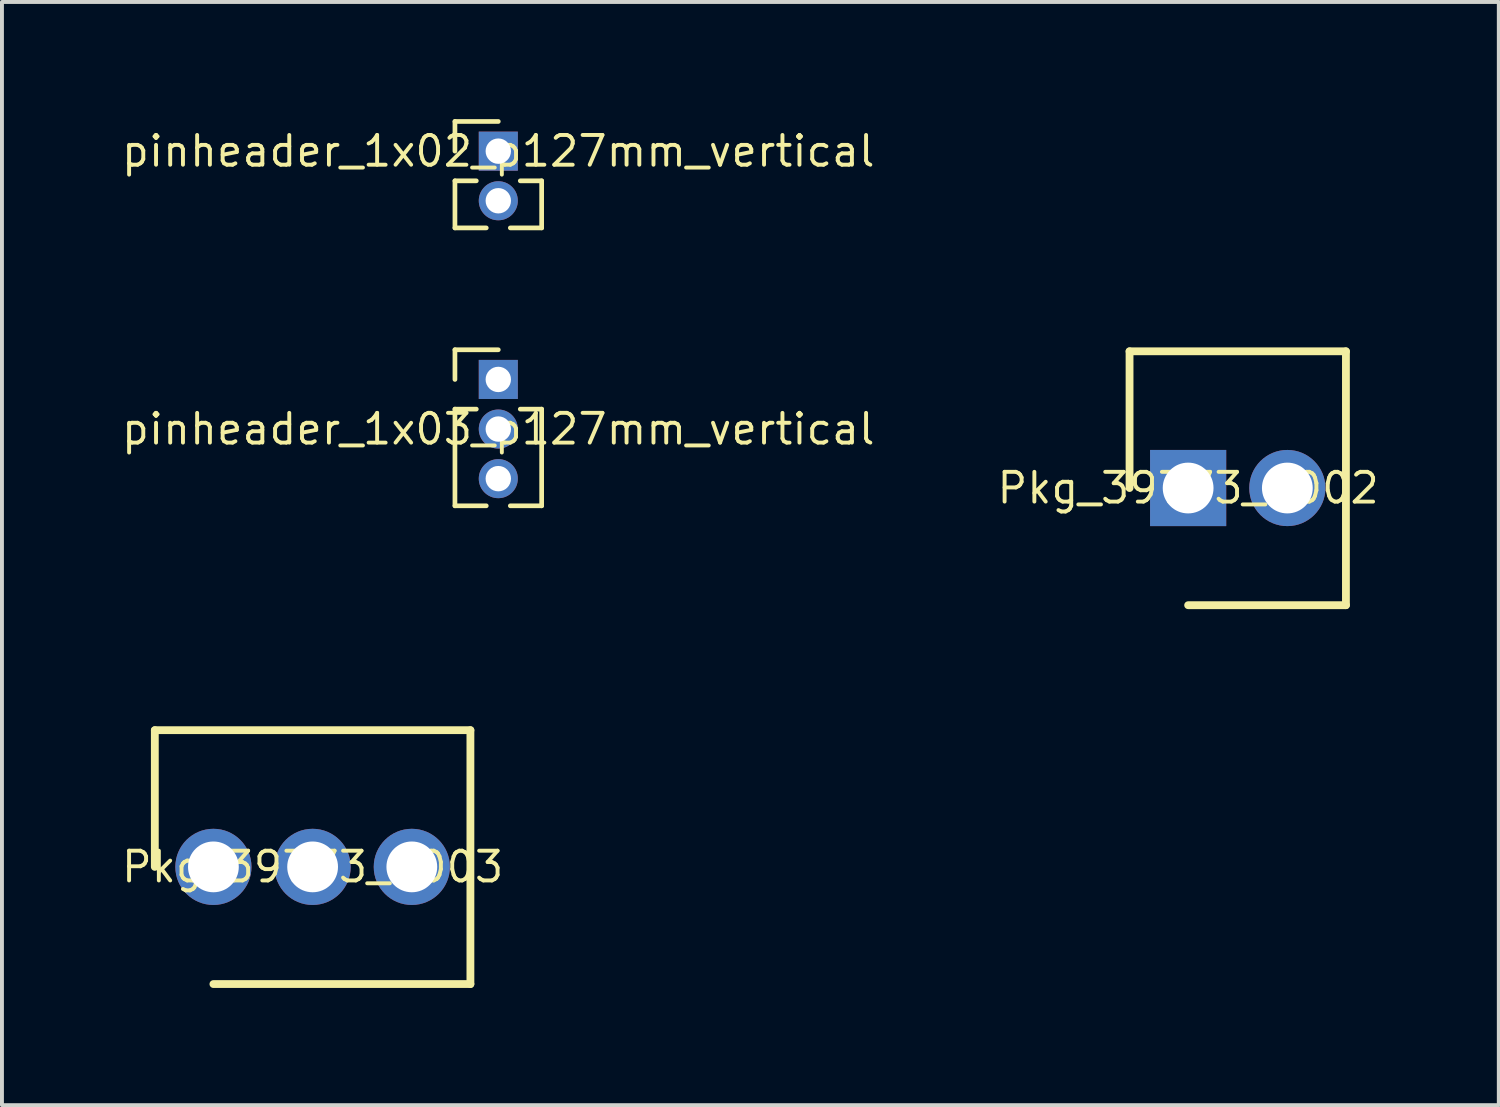
<source format=kicad_pcb>
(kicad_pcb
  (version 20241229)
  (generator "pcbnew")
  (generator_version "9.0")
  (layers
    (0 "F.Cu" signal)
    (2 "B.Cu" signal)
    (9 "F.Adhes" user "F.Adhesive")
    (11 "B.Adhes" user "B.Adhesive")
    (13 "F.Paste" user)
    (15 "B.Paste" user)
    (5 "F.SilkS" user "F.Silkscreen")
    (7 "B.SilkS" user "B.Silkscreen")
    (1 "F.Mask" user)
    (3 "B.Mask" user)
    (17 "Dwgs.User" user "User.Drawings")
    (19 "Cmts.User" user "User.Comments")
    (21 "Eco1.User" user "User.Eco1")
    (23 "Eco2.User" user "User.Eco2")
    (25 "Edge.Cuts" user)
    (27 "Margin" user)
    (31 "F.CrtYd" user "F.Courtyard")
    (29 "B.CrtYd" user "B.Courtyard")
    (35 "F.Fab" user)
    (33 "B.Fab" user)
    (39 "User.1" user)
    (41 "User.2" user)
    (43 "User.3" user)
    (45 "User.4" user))
  (footprint "pinheader_1x03_p127mm_vertical"
    (layer "F.Cu")
    (at 9.708 7.935)
    (property "Reference" "pinheader_1x03_p127mm_vertical" (at 0 0 0) (layer "F.SilkS") (effects (font (size 0.762 0.762) (thickness 0.1))))
    (attr through_hole)
    (fp_poly (pts (xy -0.65 -0.62) (xy 0.65 -0.62) (xy 0.65 -1.92) (xy -0.65 -1.92)) (stroke (width 0) (type solid)) (fill yes) (layer "F.Mask"))
    (fp_poly (pts (xy 0.65 0) (xy 0.638 -0.127) (xy 0.601 -0.249) (xy 0.54 -0.361) (xy 0.46 -0.46) (xy 0.361 -0.54) (xy 0.249 -0.601) (xy 0.127 -0.638) (xy 0 -0.65) (xy -0.127 -0.638) (xy -0.249 -0.601) (xy -0.361 -0.54) (xy -0.46 -0.46) (xy -0.54 -0.361) (xy -0.601 -0.249) (xy -0.638 -0.127) (xy -0.65 0) (xy -0.638 0.127) (xy -0.601 0.249) (xy -0.54 0.361) (xy -0.46 0.46) (xy -0.361 0.54) (xy -0.249 0.601) (xy -0.127 0.638) (xy 0 0.65) (xy 0.127 0.638) (xy 0.249 0.601) (xy 0.361 0.54) (xy 0.46 0.46) (xy 0.54 0.361) (xy 0.601 0.249) (xy 0.638 0.127) (xy 0.65 0)) (stroke (width 0) (type solid)) (fill yes) (layer "F.Mask"))
    (fp_poly (pts (xy 0.65 1.27) (xy 0.638 1.143) (xy 0.601 1.021) (xy 0.54 0.909) (xy 0.46 0.81) (xy 0.361 0.73) (xy 0.249 0.669) (xy 0.127 0.632) (xy 0 0.62) (xy -0.127 0.632) (xy -0.249 0.669) (xy -0.361 0.73) (xy -0.46 0.81) (xy -0.54 0.909) (xy -0.601 1.021) (xy -0.638 1.143) (xy -0.65 1.27) (xy -0.638 1.397) (xy -0.601 1.519) (xy -0.54 1.631) (xy -0.46 1.73) (xy -0.361 1.81) (xy -0.249 1.871) (xy -0.127 1.908) (xy 0 1.92) (xy 0.127 1.908) (xy 0.249 1.871) (xy 0.361 1.81) (xy 0.46 1.73) (xy 0.54 1.631) (xy 0.601 1.519) (xy 0.638 1.397) (xy 0.65 1.27)) (stroke (width 0) (type solid)) (fill yes) (layer "F.Mask"))
    (fp_poly (pts (xy -0.65 -0.62) (xy 0.65 -0.62) (xy 0.65 -1.92) (xy -0.65 -1.92)) (stroke (width 0) (type solid)) (fill yes) (layer "B.Mask"))
    (fp_poly (pts (xy 0.65 0) (xy 0.638 -0.127) (xy 0.601 -0.249) (xy 0.54 -0.361) (xy 0.46 -0.46) (xy 0.361 -0.54) (xy 0.249 -0.601) (xy 0.127 -0.638) (xy 0 -0.65) (xy -0.127 -0.638) (xy -0.249 -0.601) (xy -0.361 -0.54) (xy -0.46 -0.46) (xy -0.54 -0.361) (xy -0.601 -0.249) (xy -0.638 -0.127) (xy -0.65 0) (xy -0.638 0.127) (xy -0.601 0.249) (xy -0.54 0.361) (xy -0.46 0.46) (xy -0.361 0.54) (xy -0.249 0.601) (xy -0.127 0.638) (xy 0 0.65) (xy 0.127 0.638) (xy 0.249 0.601) (xy 0.361 0.54) (xy 0.46 0.46) (xy 0.54 0.361) (xy 0.601 0.249) (xy 0.638 0.127) (xy 0.65 0)) (stroke (width 0) (type solid)) (fill yes) (layer "B.Mask"))
    (fp_poly (pts (xy 0.65 1.27) (xy 0.638 1.143) (xy 0.601 1.021) (xy 0.54 0.909) (xy 0.46 0.81) (xy 0.361 0.73) (xy 0.249 0.669) (xy 0.127 0.632) (xy 0 0.62) (xy -0.127 0.632) (xy -0.249 0.669) (xy -0.361 0.73) (xy -0.46 0.81) (xy -0.54 0.909) (xy -0.601 1.021) (xy -0.638 1.143) (xy -0.65 1.27) (xy -0.638 1.397) (xy -0.601 1.519) (xy -0.54 1.631) (xy -0.46 1.73) (xy -0.361 1.81) (xy -0.249 1.871) (xy -0.127 1.908) (xy 0 1.92) (xy 0.127 1.908) (xy 0.249 1.871) (xy 0.361 1.81) (xy 0.46 1.73) (xy 0.54 1.631) (xy 0.601 1.519) (xy 0.638 1.397) (xy 0.65 1.27)) (stroke (width 0) (type solid)) (fill yes) (layer "B.Mask"))
    (fp_line (start -1.11 -2.03) (end 0 -2.03) (stroke (width 0.12) (type solid)) (layer "F.SilkS"))
    (fp_line (start -1.11 -1.27) (end -1.11 -2.03) (stroke (width 0.12) (type solid)) (layer "F.SilkS"))
    (fp_line (start -1.11 -0.51) (end -1.11 1.965) (stroke (width 0.12) (type solid)) (layer "F.SilkS"))
    (fp_line (start -1.11 -0.51) (end -0.563 -0.51) (stroke (width 0.12) (type solid)) (layer "F.SilkS"))
    (fp_line (start -1.11 1.965) (end -0.308 1.965) (stroke (width 0.12) (type solid)) (layer "F.SilkS"))
    (fp_line (start 0.308 1.965) (end 1.11 1.965) (stroke (width 0.12) (type solid)) (layer "F.SilkS"))
    (fp_line (start 0.563 -0.51) (end 1.11 -0.51) (stroke (width 0.12) (type solid)) (layer "F.SilkS"))
    (fp_line (start 1.11 -0.51) (end 1.11 1.965) (stroke (width 0.12) (type solid)) (layer "F.SilkS"))
    (pad "1" thru_hole rect (at 0 -1.27) (size 1 1) (drill 0.65) (layers "*.Cu"))
    (pad "2" thru_hole oval (at 0 0) (size 1 1) (drill 0.65) (layers "*.Cu"))
    (pad "3" thru_hole oval (at 0 1.27) (size 1 1) (drill 0.65) (layers "*.Cu")))
  (footprint "Pkg_39773_0003"
    (layer "F.Cu")
    (at 4.954 19.145)
    (property "Reference" "Pkg_39773_0003" (at 0 0 0) (layer "F.SilkS") (effects (font (size 0.762 0.762) (thickness 0.1))))
    (attr through_hole)
    (fp_poly (pts (xy -1.415 0) (xy -1.437 -0.219) (xy -1.501 -0.431) (xy -1.605 -0.625) (xy -1.745 -0.795) (xy -1.915 -0.935) (xy -2.109 -1.039) (xy -2.321 -1.103) (xy -2.54 -1.125) (xy -2.759 -1.103) (xy -2.971 -1.039) (xy -3.165 -0.935) (xy -3.335 -0.795) (xy -3.475 -0.625) (xy -3.579 -0.431) (xy -3.643 -0.219) (xy -3.665 0) (xy -3.643 0.219) (xy -3.579 0.431) (xy -3.475 0.625) (xy -3.335 0.795) (xy -3.165 0.935) (xy -2.971 1.039) (xy -2.759 1.103) (xy -2.54 1.125) (xy -2.321 1.103) (xy -2.109 1.039) (xy -1.915 0.935) (xy -1.745 0.795) (xy -1.605 0.625) (xy -1.501 0.431) (xy -1.437 0.219)) (stroke (width 0) (type solid)) (fill yes) (layer "F.Mask"))
    (fp_poly (pts (xy 1.125 0) (xy 1.103 -0.219) (xy 1.039 -0.431) (xy 0.935 -0.625) (xy 0.795 -0.795) (xy 0.625 -0.935) (xy 0.431 -1.039) (xy 0.219 -1.103) (xy 0 -1.125) (xy -0.219 -1.103) (xy -0.431 -1.039) (xy -0.625 -0.935) (xy -0.795 -0.795) (xy -0.935 -0.625) (xy -1.039 -0.431) (xy -1.103 -0.219) (xy -1.125 0) (xy -1.103 0.219) (xy -1.039 0.431) (xy -0.935 0.625) (xy -0.795 0.795) (xy -0.625 0.935) (xy -0.431 1.039) (xy -0.219 1.103) (xy 0 1.125) (xy 0.219 1.103) (xy 0.431 1.039) (xy 0.625 0.935) (xy 0.795 0.795) (xy 0.935 0.625) (xy 1.039 0.431) (xy 1.103 0.219)) (stroke (width 0) (type solid)) (fill yes) (layer "F.Mask"))
    (fp_poly (pts (xy 3.665 0) (xy 3.643 -0.219) (xy 3.579 -0.431) (xy 3.475 -0.625) (xy 3.335 -0.795) (xy 3.165 -0.935) (xy 2.971 -1.039) (xy 2.759 -1.103) (xy 2.54 -1.125) (xy 2.321 -1.103) (xy 2.109 -1.039) (xy 1.915 -0.935) (xy 1.745 -0.795) (xy 1.605 -0.625) (xy 1.501 -0.431) (xy 1.437 -0.219) (xy 1.415 0) (xy 1.437 0.219) (xy 1.501 0.431) (xy 1.605 0.625) (xy 1.745 0.795) (xy 1.915 0.935) (xy 2.109 1.039) (xy 2.321 1.103) (xy 2.54 1.125) (xy 2.759 1.103) (xy 2.971 1.039) (xy 3.165 0.935) (xy 3.335 0.795) (xy 3.475 0.625) (xy 3.579 0.431) (xy 3.643 0.219)) (stroke (width 0) (type solid)) (fill yes) (layer "F.Mask"))
    (fp_poly (pts (xy -1.415 0) (xy -1.437 -0.219) (xy -1.501 -0.431) (xy -1.605 -0.625) (xy -1.745 -0.795) (xy -1.915 -0.935) (xy -2.109 -1.039) (xy -2.321 -1.103) (xy -2.54 -1.125) (xy -2.759 -1.103) (xy -2.971 -1.039) (xy -3.165 -0.935) (xy -3.335 -0.795) (xy -3.475 -0.625) (xy -3.579 -0.431) (xy -3.643 -0.219) (xy -3.665 0) (xy -3.643 0.219) (xy -3.579 0.431) (xy -3.475 0.625) (xy -3.335 0.795) (xy -3.165 0.935) (xy -2.971 1.039) (xy -2.759 1.103) (xy -2.54 1.125) (xy -2.321 1.103) (xy -2.109 1.039) (xy -1.915 0.935) (xy -1.745 0.795) (xy -1.605 0.625) (xy -1.501 0.431) (xy -1.437 0.219)) (stroke (width 0) (type solid)) (fill yes) (layer "B.Mask"))
    (fp_poly (pts (xy 1.125 0) (xy 1.103 -0.219) (xy 1.039 -0.431) (xy 0.935 -0.625) (xy 0.795 -0.795) (xy 0.625 -0.935) (xy 0.431 -1.039) (xy 0.219 -1.103) (xy 0 -1.125) (xy -0.219 -1.103) (xy -0.431 -1.039) (xy -0.625 -0.935) (xy -0.795 -0.795) (xy -0.935 -0.625) (xy -1.039 -0.431) (xy -1.103 -0.219) (xy -1.125 0) (xy -1.103 0.219) (xy -1.039 0.431) (xy -0.935 0.625) (xy -0.795 0.795) (xy -0.625 0.935) (xy -0.431 1.039) (xy -0.219 1.103) (xy 0 1.125) (xy 0.219 1.103) (xy 0.431 1.039) (xy 0.625 0.935) (xy 0.795 0.795) (xy 0.935 0.625) (xy 1.039 0.431) (xy 1.103 0.219)) (stroke (width 0) (type solid)) (fill yes) (layer "B.Mask"))
    (fp_poly (pts (xy 3.665 0) (xy 3.643 -0.219) (xy 3.579 -0.431) (xy 3.475 -0.625) (xy 3.335 -0.795) (xy 3.165 -0.935) (xy 2.971 -1.039) (xy 2.759 -1.103) (xy 2.54 -1.125) (xy 2.321 -1.103) (xy 2.109 -1.039) (xy 1.915 -0.935) (xy 1.745 -0.795) (xy 1.605 -0.625) (xy 1.501 -0.431) (xy 1.437 -0.219) (xy 1.415 0) (xy 1.437 0.219) (xy 1.501 0.431) (xy 1.605 0.625) (xy 1.745 0.795) (xy 1.915 0.935) (xy 2.109 1.039) (xy 2.321 1.103) (xy 2.54 1.125) (xy 2.759 1.103) (xy 2.971 1.039) (xy 3.165 0.935) (xy 3.335 0.795) (xy 3.475 0.625) (xy 3.579 0.431) (xy 3.643 0.219)) (stroke (width 0) (type solid)) (fill yes) (layer "B.Mask"))
    (fp_line (start -4.04 -3.5) (end -4.04 0) (stroke (width 0.2) (type solid)) (layer "F.SilkS"))
    (fp_line (start -4.04 -3.5) (end 4.04 -3.5) (stroke (width 0.2) (type solid)) (layer "F.SilkS"))
    (fp_line (start -2.54 3) (end 4.04 3) (stroke (width 0.2) (type solid)) (layer "F.SilkS"))
    (fp_line (start 4.04 -3.5) (end 4.04 3) (stroke (width 0.2) (type solid)) (layer "F.SilkS"))
    (pad "1" thru_hole circle (at -2.54 0) (size 1.95 1.95) (drill 1.3) (layers "*.Cu"))
    (pad "2" thru_hole circle (at 0 0) (size 1.95 1.95) (drill 1.3) (layers "*.Cu"))
    (pad "3" thru_hole circle (at 2.54 0) (size 1.95 1.95) (drill 1.3) (layers "*.Cu")))
  (footprint "Pkg_39773_0002"
    (layer "F.Cu")
    (at 27.37 9.445)
    (property "Reference" "Pkg_39773_0002" (at 0 0 0) (layer "F.SilkS") (effects (font (size 0.762 0.762) (thickness 0.1))))
    (attr through_hole)
    (fp_poly (pts (xy -1.125 1.125) (xy 1.125 1.125) (xy 1.125 -1.125) (xy -1.125 -1.125)) (stroke (width 0) (type solid)) (fill yes) (layer "F.Mask"))
    (fp_poly (pts (xy 3.665 0) (xy 3.643 -0.219) (xy 3.579 -0.431) (xy 3.475 -0.625) (xy 3.335 -0.795) (xy 3.165 -0.935) (xy 2.971 -1.039) (xy 2.759 -1.103) (xy 2.54 -1.125) (xy 2.321 -1.103) (xy 2.109 -1.039) (xy 1.915 -0.935) (xy 1.745 -0.795) (xy 1.605 -0.625) (xy 1.501 -0.431) (xy 1.437 -0.219) (xy 1.415 0) (xy 1.437 0.219) (xy 1.501 0.431) (xy 1.605 0.625) (xy 1.745 0.795) (xy 1.915 0.935) (xy 2.109 1.039) (xy 2.321 1.103) (xy 2.54 1.125) (xy 2.759 1.103) (xy 2.971 1.039) (xy 3.165 0.935) (xy 3.335 0.795) (xy 3.475 0.625) (xy 3.579 0.431) (xy 3.643 0.219)) (stroke (width 0) (type solid)) (fill yes) (layer "F.Mask"))
    (fp_poly (pts (xy -1.125 1.125) (xy 1.125 1.125) (xy 1.125 -1.125) (xy -1.125 -1.125)) (stroke (width 0) (type solid)) (fill yes) (layer "B.Mask"))
    (fp_poly (pts (xy 3.665 0) (xy 3.643 -0.219) (xy 3.579 -0.431) (xy 3.475 -0.625) (xy 3.335 -0.795) (xy 3.165 -0.935) (xy 2.971 -1.039) (xy 2.759 -1.103) (xy 2.54 -1.125) (xy 2.321 -1.103) (xy 2.109 -1.039) (xy 1.915 -0.935) (xy 1.745 -0.795) (xy 1.605 -0.625) (xy 1.501 -0.431) (xy 1.437 -0.219) (xy 1.415 0) (xy 1.437 0.219) (xy 1.501 0.431) (xy 1.605 0.625) (xy 1.745 0.795) (xy 1.915 0.935) (xy 2.109 1.039) (xy 2.321 1.103) (xy 2.54 1.125) (xy 2.759 1.103) (xy 2.971 1.039) (xy 3.165 0.935) (xy 3.335 0.795) (xy 3.475 0.625) (xy 3.579 0.431) (xy 3.643 0.219)) (stroke (width 0) (type solid)) (fill yes) (layer "B.Mask"))
    (fp_line (start -1.5 -3.5) (end -1.5 0) (stroke (width 0.2) (type solid)) (layer "F.SilkS"))
    (fp_line (start 0 3) (end 4.04 3) (stroke (width 0.2) (type solid)) (layer "F.SilkS"))
    (fp_line (start 4.04 -3.5) (end -1.5 -3.5) (stroke (width 0.2) (type solid)) (layer "F.SilkS"))
    (fp_line (start 4.04 3) (end 4.04 -3.5) (stroke (width 0.2) (type solid)) (layer "F.SilkS"))
    (pad "1" thru_hole rect (at 0 0) (size 1.95 1.95) (drill 1.3) (layers "*.Cu"))
    (pad "2" thru_hole circle (at 2.54 0) (size 1.95 1.95) (drill 1.3) (layers "*.Cu")))
  (footprint "pinheader_1x02_p127mm_vertical"
    (layer "F.Cu")
    (at 9.708 0.82)
    (property "Reference" "pinheader_1x02_p127mm_vertical" (at 0 0 0) (layer "F.SilkS") (effects (font (size 0.762 0.762) (thickness 0.1))))
    (attr through_hole)
    (fp_poly (pts (xy -0.65 0.65) (xy 0.65 0.65) (xy 0.65 -0.65) (xy -0.65 -0.65)) (stroke (width 0) (type solid)) (fill yes) (layer "F.Mask"))
    (fp_poly (pts (xy 0.65 1.27) (xy 0.638 1.143) (xy 0.601 1.021) (xy 0.54 0.909) (xy 0.46 0.81) (xy 0.361 0.73) (xy 0.249 0.669) (xy 0.127 0.632) (xy 0 0.62) (xy -0.127 0.632) (xy -0.249 0.669) (xy -0.361 0.73) (xy -0.46 0.81) (xy -0.54 0.909) (xy -0.601 1.021) (xy -0.638 1.143) (xy -0.65 1.27) (xy -0.638 1.397) (xy -0.601 1.519) (xy -0.54 1.631) (xy -0.46 1.73) (xy -0.361 1.81) (xy -0.249 1.871) (xy -0.127 1.908) (xy 0 1.92) (xy 0.127 1.908) (xy 0.249 1.871) (xy 0.361 1.81) (xy 0.46 1.73) (xy 0.54 1.631) (xy 0.601 1.519) (xy 0.638 1.397) (xy 0.65 1.27)) (stroke (width 0) (type solid)) (fill yes) (layer "F.Mask"))
    (fp_poly (pts (xy -0.65 0.65) (xy 0.65 0.65) (xy 0.65 -0.65) (xy -0.65 -0.65)) (stroke (width 0) (type solid)) (fill yes) (layer "B.Mask"))
    (fp_poly (pts (xy 0.65 1.27) (xy 0.638 1.143) (xy 0.601 1.021) (xy 0.54 0.909) (xy 0.46 0.81) (xy 0.361 0.73) (xy 0.249 0.669) (xy 0.127 0.632) (xy 0 0.62) (xy -0.127 0.632) (xy -0.249 0.669) (xy -0.361 0.73) (xy -0.46 0.81) (xy -0.54 0.909) (xy -0.601 1.021) (xy -0.638 1.143) (xy -0.65 1.27) (xy -0.638 1.397) (xy -0.601 1.519) (xy -0.54 1.631) (xy -0.46 1.73) (xy -0.361 1.81) (xy -0.249 1.871) (xy -0.127 1.908) (xy 0 1.92) (xy 0.127 1.908) (xy 0.249 1.871) (xy 0.361 1.81) (xy 0.46 1.73) (xy 0.54 1.631) (xy 0.601 1.519) (xy 0.638 1.397) (xy 0.65 1.27)) (stroke (width 0) (type solid)) (fill yes) (layer "B.Mask"))
    (fp_line (start -1.11 -0.76) (end 0 -0.76) (stroke (width 0.12) (type solid)) (layer "F.SilkS"))
    (fp_line (start -1.11 0) (end -1.11 -0.76) (stroke (width 0.12) (type solid)) (layer "F.SilkS"))
    (fp_line (start -1.11 0.76) (end -1.11 1.965) (stroke (width 0.12) (type solid)) (layer "F.SilkS"))
    (fp_line (start -1.11 0.76) (end -0.563 0.76) (stroke (width 0.12) (type solid)) (layer "F.SilkS"))
    (fp_line (start -1.11 1.965) (end -0.308 1.965) (stroke (width 0.12) (type solid)) (layer "F.SilkS"))
    (fp_line (start 0.308 1.965) (end 1.11 1.965) (stroke (width 0.12) (type solid)) (layer "F.SilkS"))
    (fp_line (start 0.563 0.76) (end 1.11 0.76) (stroke (width 0.12) (type solid)) (layer "F.SilkS"))
    (fp_line (start 1.11 0.76) (end 1.11 1.965) (stroke (width 0.12) (type solid)) (layer "F.SilkS"))
    (pad "1" thru_hole rect (at 0 0) (size 1 1) (drill 0.65) (layers "*.Cu"))
    (pad "2" thru_hole oval (at 0 1.27) (size 1 1) (drill 0.65) (layers "*.Cu")))
  (gr_rect
    (start -3 -3)
    (end 35.324 25.245)
    (stroke (width 0.1) (type default))
    (fill no)
    (layer "Edge.Cuts")))
</source>
